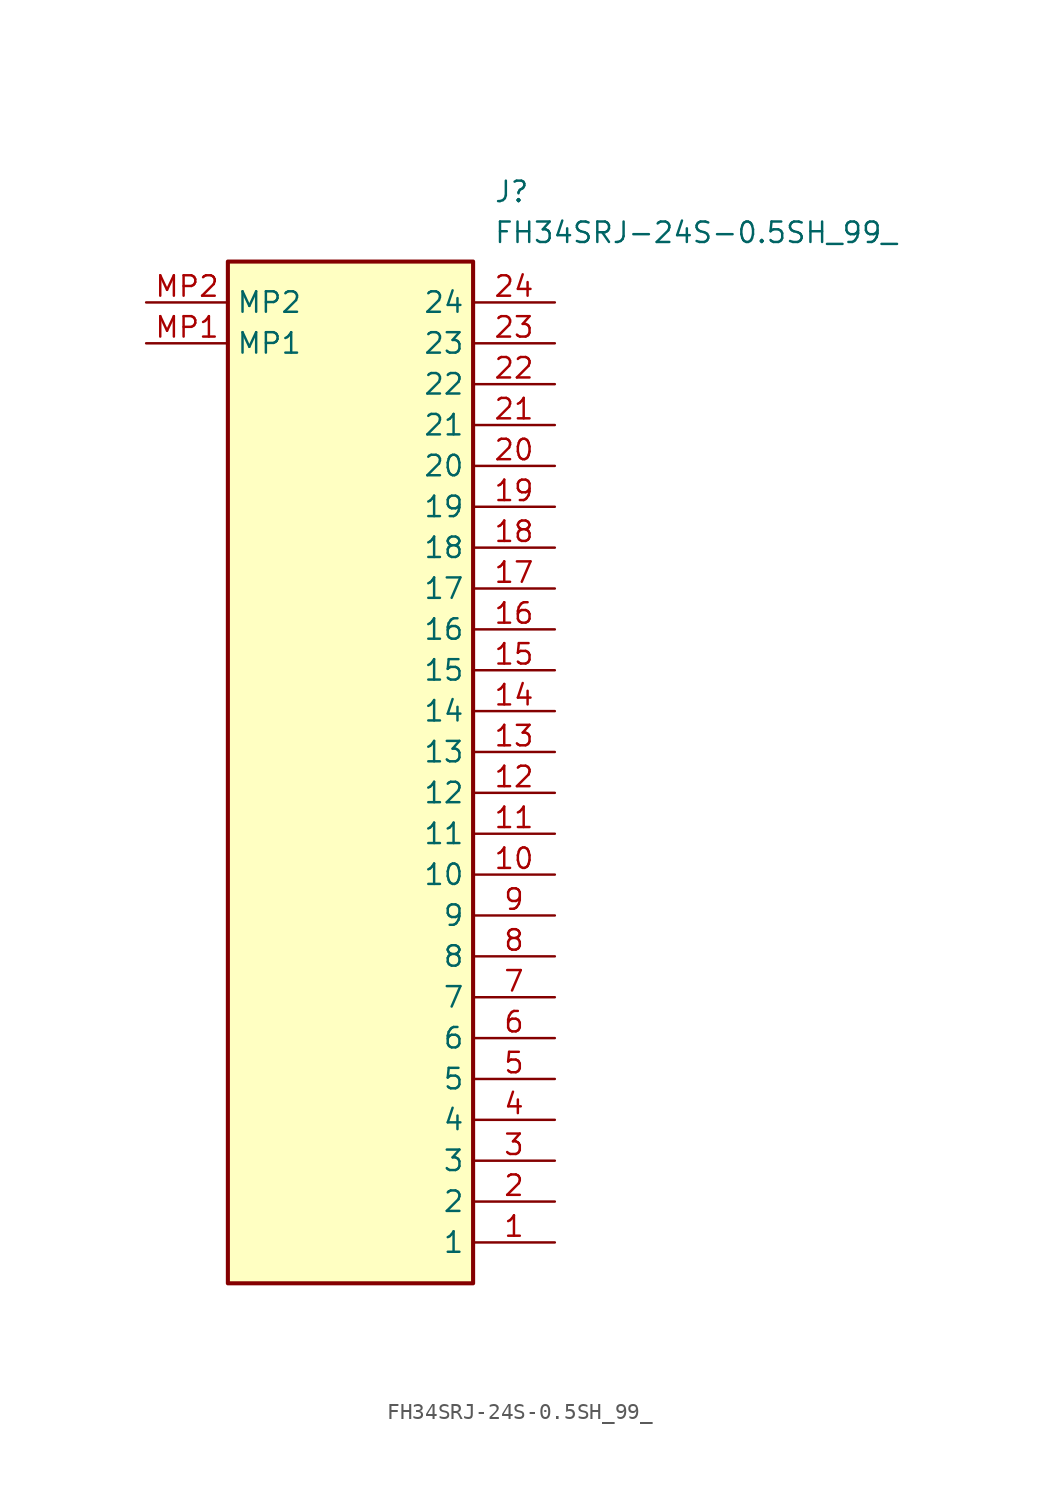
<source format=kicad_sym>
(kicad_symbol_lib
  (version 20211014)
  (generator SamacSys_ECAD_Model)
  (symbol "FH34SRJ-24S-0.5SH_99_"
    (property "Reference" "J"
      (at 21.59 7.62 0)
      (effects (font (size 1.27 1.27)) (justify left top)))
    (property "Value" "FH34SRJ-24S-0.5SH_99_"
      (at 21.59 5.08 0)
      (effects (font (size 1.27 1.27)) (justify left top)))
    (rectangle
      (start 5.08 2.54)
      (end 20.32 -60.96)
      (stroke (width 0.254) (type default))
      (fill (type background)))
    (pin passive line
      (at 25.4 -58.42 180)
      (length 5.08)
      (name "1" (effects (font (size 1.27 1.27))))
      (number "1" (effects (font (size 1.27 1.27)))))
    (pin passive line
      (at 25.4 -55.88 180)
      (length 5.08)
      (name "2" (effects (font (size 1.27 1.27))))
      (number "2" (effects (font (size 1.27 1.27)))))
    (pin passive line
      (at 25.4 -53.34 180)
      (length 5.08)
      (name "3" (effects (font (size 1.27 1.27))))
      (number "3" (effects (font (size 1.27 1.27)))))
    (pin passive line
      (at 25.4 -50.8 180)
      (length 5.08)
      (name "4" (effects (font (size 1.27 1.27))))
      (number "4" (effects (font (size 1.27 1.27)))))
    (pin passive line
      (at 25.4 -48.26 180)
      (length 5.08)
      (name "5" (effects (font (size 1.27 1.27))))
      (number "5" (effects (font (size 1.27 1.27)))))
    (pin passive line
      (at 25.4 -45.72 180)
      (length 5.08)
      (name "6" (effects (font (size 1.27 1.27))))
      (number "6" (effects (font (size 1.27 1.27)))))
    (pin passive line
      (at 25.4 -43.18 180)
      (length 5.08)
      (name "7" (effects (font (size 1.27 1.27))))
      (number "7" (effects (font (size 1.27 1.27)))))
    (pin passive line
      (at 25.4 -40.64 180)
      (length 5.08)
      (name "8" (effects (font (size 1.27 1.27))))
      (number "8" (effects (font (size 1.27 1.27)))))
    (pin passive line
      (at 25.4 -38.1 180)
      (length 5.08)
      (name "9" (effects (font (size 1.27 1.27))))
      (number "9" (effects (font (size 1.27 1.27)))))
    (pin passive line
      (at 25.4 -35.56 180)
      (length 5.08)
      (name "10" (effects (font (size 1.27 1.27))))
      (number "10" (effects (font (size 1.27 1.27)))))
    (pin passive line
      (at 25.4 -33.02 180)
      (length 5.08)
      (name "11" (effects (font (size 1.27 1.27))))
      (number "11" (effects (font (size 1.27 1.27)))))
    (pin passive line
      (at 25.4 -30.48 180)
      (length 5.08)
      (name "12" (effects (font (size 1.27 1.27))))
      (number "12" (effects (font (size 1.27 1.27)))))
    (pin passive line
      (at 25.4 -27.94 180)
      (length 5.08)
      (name "13" (effects (font (size 1.27 1.27))))
      (number "13" (effects (font (size 1.27 1.27)))))
    (pin passive line
      (at 25.4 -25.4 180)
      (length 5.08)
      (name "14" (effects (font (size 1.27 1.27))))
      (number "14" (effects (font (size 1.27 1.27)))))
    (pin passive line
      (at 25.4 -22.86 180)
      (length 5.08)
      (name "15" (effects (font (size 1.27 1.27))))
      (number "15" (effects (font (size 1.27 1.27)))))
    (pin passive line
      (at 25.4 -20.32 180)
      (length 5.08)
      (name "16" (effects (font (size 1.27 1.27))))
      (number "16" (effects (font (size 1.27 1.27)))))
    (pin passive line
      (at 25.4 -17.78 180)
      (length 5.08)
      (name "17" (effects (font (size 1.27 1.27))))
      (number "17" (effects (font (size 1.27 1.27)))))
    (pin passive line
      (at 25.4 -15.24 180)
      (length 5.08)
      (name "18" (effects (font (size 1.27 1.27))))
      (number "18" (effects (font (size 1.27 1.27)))))
    (pin passive line
      (at 25.4 -12.7 180)
      (length 5.08)
      (name "19" (effects (font (size 1.27 1.27))))
      (number "19" (effects (font (size 1.27 1.27)))))
    (pin passive line
      (at 25.4 -10.16 180)
      (length 5.08)
      (name "20" (effects (font (size 1.27 1.27))))
      (number "20" (effects (font (size 1.27 1.27)))))
    (pin passive line
      (at 25.4 -7.62 180)
      (length 5.08)
      (name "21" (effects (font (size 1.27 1.27))))
      (number "21" (effects (font (size 1.27 1.27)))))
    (pin passive line
      (at 25.4 -5.08 180)
      (length 5.08)
      (name "22" (effects (font (size 1.27 1.27))))
      (number "22" (effects (font (size 1.27 1.27)))))
    (pin passive line
      (at 25.4 -2.54 180)
      (length 5.08)
      (name "23" (effects (font (size 1.27 1.27))))
      (number "23" (effects (font (size 1.27 1.27)))))
    (pin passive line
      (at 25.4 0 180)
      (length 5.08)
      (name "24" (effects (font (size 1.27 1.27))))
      (number "24" (effects (font (size 1.27 1.27)))))
    (pin passive line
      (at 0 -2.54 0)
      (length 5.08)
      (name "MP1" (effects (font (size 1.27 1.27))))
      (number "MP1" (effects (font (size 1.27 1.27)))))
    (pin passive line
      (at 0 0 0)
      (length 5.08)
      (name "MP2" (effects (font (size 1.27 1.27))))
      (number "MP2" (effects (font (size 1.27 1.27)))))))
</source>
